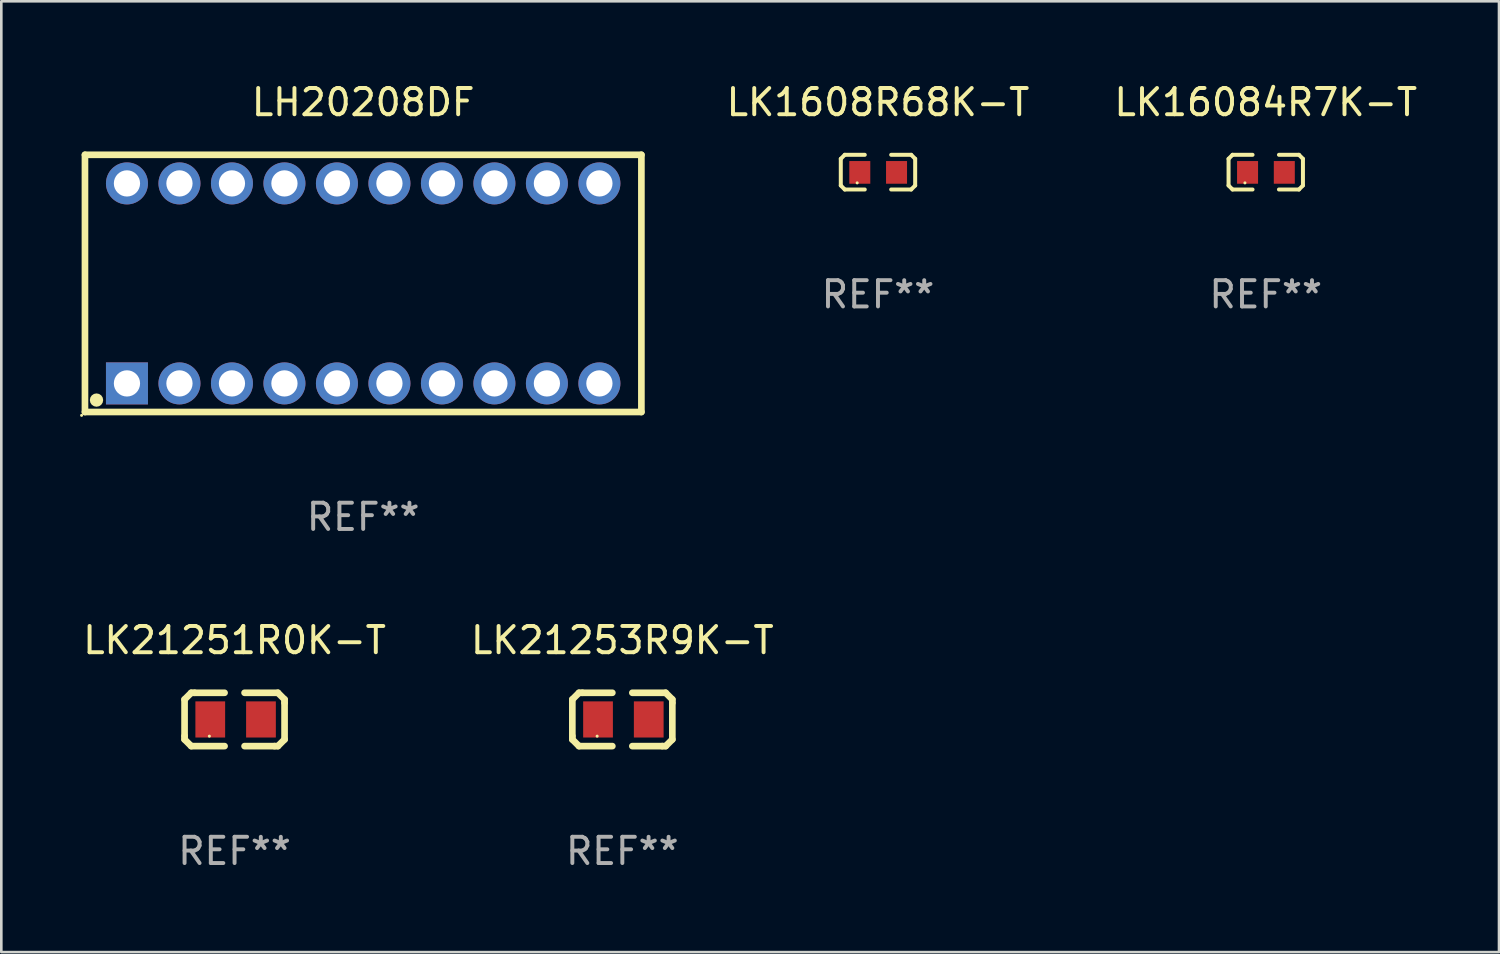
<source format=kicad_pcb>
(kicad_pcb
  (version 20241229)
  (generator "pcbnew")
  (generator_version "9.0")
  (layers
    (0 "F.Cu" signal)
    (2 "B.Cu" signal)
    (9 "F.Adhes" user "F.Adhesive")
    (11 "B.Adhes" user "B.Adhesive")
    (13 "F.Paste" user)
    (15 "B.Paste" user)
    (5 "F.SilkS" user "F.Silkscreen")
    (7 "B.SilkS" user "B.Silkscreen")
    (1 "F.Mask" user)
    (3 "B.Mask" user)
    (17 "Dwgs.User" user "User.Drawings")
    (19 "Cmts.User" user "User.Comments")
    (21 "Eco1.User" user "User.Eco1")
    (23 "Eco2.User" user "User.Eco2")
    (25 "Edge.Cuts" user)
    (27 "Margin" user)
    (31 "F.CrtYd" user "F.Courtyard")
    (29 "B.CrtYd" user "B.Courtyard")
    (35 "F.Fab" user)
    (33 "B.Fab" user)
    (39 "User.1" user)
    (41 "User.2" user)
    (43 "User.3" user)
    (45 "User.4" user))
  (footprint "LK16084R7K-T"
    (layer "F.Cu")
    (at 45.175 3.509)
    (property "Reference" "LK16084R7K-T" (at 0 -2.661 0) (layer "F.SilkS") (effects (font (size 1 1) (thickness 0.15))))
    (attr through_hole)
    (fp_line (start -1.417 -0.508) (end -1.265 -0.661) (stroke (width 0.152) (type solid)) (layer "F.SilkS"))
    (fp_line (start -1.417 0.508) (end -1.417 -0.508) (stroke (width 0.152) (type solid)) (layer "F.SilkS"))
    (fp_line (start -1.265 -0.661) (end -0.503 -0.661) (stroke (width 0.152) (type solid)) (layer "F.SilkS"))
    (fp_line (start -1.265 0.661) (end -1.417 0.508) (stroke (width 0.152) (type solid)) (layer "F.SilkS"))
    (fp_line (start -1.265 0.661) (end -0.503 0.661) (stroke (width 0.152) (type solid)) (layer "F.SilkS"))
    (fp_line (start 1.265 -0.661) (end 0.503 -0.661) (stroke (width 0.152) (type solid)) (layer "F.SilkS"))
    (fp_line (start 1.265 -0.661) (end 1.417 -0.508) (stroke (width 0.152) (type solid)) (layer "F.SilkS"))
    (fp_line (start 1.265 0.661) (end 0.503 0.661) (stroke (width 0.152) (type solid)) (layer "F.SilkS"))
    (fp_line (start 1.417 -0.508) (end 1.417 0.508) (stroke (width 0.152) (type solid)) (layer "F.SilkS"))
    (fp_line (start 1.417 0.508) (end 1.265 0.661) (stroke (width 0.152) (type solid)) (layer "F.SilkS"))
    (fp_circle (center -0.793 0.409) (end -0.763 0.409) (stroke (width 0.06) (type solid)) (fill no) (layer "F.SilkS"))
    (fp_text user "REF**" (at 0 4.661 0) (layer "F.Fab") (effects (font (size 1 1) (thickness 0.15))))
    (pad "1" smd rect (at -0.693 0.009 180) (size 0.8 0.864) (layers "F.Cu" "F.Mask" "F.Paste"))
    (pad "2" smd rect (at 0.707 0.009 180) (size 0.8 0.864) (layers "F.Cu" "F.Mask" "F.Paste")))
  (footprint "LK21251R0K-T"
    (layer "F.Cu")
    (at 5.887 24.361)
    (property "Reference" "LK21251R0K-T" (at 0 -3.016 0) (layer "F.SilkS") (effects (font (size 1 1) (thickness 0.15))))
    (attr through_hole)
    (fp_line (start -1.905 -0.762) (end -1.905 0.635) (stroke (width 0.254) (type solid)) (layer "F.SilkS"))
    (fp_line (start -1.905 0.635) (end -1.905 0.762) (stroke (width 0.254) (type solid)) (layer "F.SilkS"))
    (fp_line (start -1.905 0.762) (end -1.651 1.016) (stroke (width 0.254) (type solid)) (layer "F.SilkS"))
    (fp_line (start -1.651 -1.016) (end -1.905 -0.762) (stroke (width 0.254) (type solid)) (layer "F.SilkS"))
    (fp_line (start -1.651 1.016) (end -0.381 1.016) (stroke (width 0.254) (type solid)) (layer "F.SilkS"))
    (fp_line (start -1.524 -1.016) (end -1.651 -1.016) (stroke (width 0.254) (type solid)) (layer "F.SilkS"))
    (fp_line (start -0.381 -1.016) (end -1.524 -1.016) (stroke (width 0.254) (type solid)) (layer "F.SilkS"))
    (fp_line (start 0.381 1.016) (end 1.524 1.016) (stroke (width 0.254) (type solid)) (layer "F.SilkS"))
    (fp_line (start 1.524 1.016) (end 1.651 1.016) (stroke (width 0.254) (type solid)) (layer "F.SilkS"))
    (fp_line (start 1.651 -1.016) (end 0.381 -1.016) (stroke (width 0.254) (type solid)) (layer "F.SilkS"))
    (fp_line (start 1.651 1.016) (end 1.905 0.762) (stroke (width 0.254) (type solid)) (layer "F.SilkS"))
    (fp_line (start 1.905 -0.762) (end 1.651 -1.016) (stroke (width 0.254) (type solid)) (layer "F.SilkS"))
    (fp_line (start 1.905 -0.635) (end 1.905 -0.762) (stroke (width 0.254) (type solid)) (layer "F.SilkS"))
    (fp_line (start 1.905 0.762) (end 1.905 -0.635) (stroke (width 0.254) (type solid)) (layer "F.SilkS"))
    (fp_circle (center -0.96 0.637) (end -0.93 0.637) (stroke (width 0.06) (type solid)) (fill no) (layer "F.SilkS"))
    (fp_text user "REF**" (at 0 5.016 0) (layer "F.Fab") (effects (font (size 1 1) (thickness 0.15))))
    (pad "1" smd rect (at -0.926 -0.000051) (size 1.133 1.377) (layers "F.Cu" "F.Mask" "F.Paste"))
    (pad "2" smd rect (at 1.006 -0.000051) (size 1.133 1.377) (layers "F.Cu" "F.Mask" "F.Paste")))
  (footprint "LK21253R9K-T"
    (layer "F.Cu")
    (at 20.661 24.361)
    (property "Reference" "LK21253R9K-T" (at 0 -3.016 0) (layer "F.SilkS") (effects (font (size 1 1) (thickness 0.15))))
    (attr through_hole)
    (fp_line (start -1.905 -0.762) (end -1.905 0.635) (stroke (width 0.254) (type solid)) (layer "F.SilkS"))
    (fp_line (start -1.905 0.635) (end -1.905 0.762) (stroke (width 0.254) (type solid)) (layer "F.SilkS"))
    (fp_line (start -1.905 0.762) (end -1.651 1.016) (stroke (width 0.254) (type solid)) (layer "F.SilkS"))
    (fp_line (start -1.651 -1.016) (end -1.905 -0.762) (stroke (width 0.254) (type solid)) (layer "F.SilkS"))
    (fp_line (start -1.651 1.016) (end -0.381 1.016) (stroke (width 0.254) (type solid)) (layer "F.SilkS"))
    (fp_line (start -1.524 -1.016) (end -1.651 -1.016) (stroke (width 0.254) (type solid)) (layer "F.SilkS"))
    (fp_line (start -0.381 -1.016) (end -1.524 -1.016) (stroke (width 0.254) (type solid)) (layer "F.SilkS"))
    (fp_line (start 0.381 1.016) (end 1.524 1.016) (stroke (width 0.254) (type solid)) (layer "F.SilkS"))
    (fp_line (start 1.524 1.016) (end 1.651 1.016) (stroke (width 0.254) (type solid)) (layer "F.SilkS"))
    (fp_line (start 1.651 -1.016) (end 0.381 -1.016) (stroke (width 0.254) (type solid)) (layer "F.SilkS"))
    (fp_line (start 1.651 1.016) (end 1.905 0.762) (stroke (width 0.254) (type solid)) (layer "F.SilkS"))
    (fp_line (start 1.905 -0.762) (end 1.651 -1.016) (stroke (width 0.254) (type solid)) (layer "F.SilkS"))
    (fp_line (start 1.905 -0.635) (end 1.905 -0.762) (stroke (width 0.254) (type solid)) (layer "F.SilkS"))
    (fp_line (start 1.905 0.762) (end 1.905 -0.635) (stroke (width 0.254) (type solid)) (layer "F.SilkS"))
    (fp_circle (center -0.96 0.637) (end -0.93 0.637) (stroke (width 0.06) (type solid)) (fill no) (layer "F.SilkS"))
    (fp_text user "REF**" (at 0 5.016 0) (layer "F.Fab") (effects (font (size 1 1) (thickness 0.15))))
    (pad "1" smd rect (at -0.926 -0.000051) (size 1.133 1.377) (layers "F.Cu" "F.Mask" "F.Paste"))
    (pad "2" smd rect (at 1.006 -0.000051) (size 1.133 1.377) (layers "F.Cu" "F.Mask" "F.Paste")))
  (footprint "LK1608R68K-T"
    (layer "F.Cu")
    (at 30.401 3.509)
    (property "Reference" "LK1608R68K-T" (at 0 -2.661 0) (layer "F.SilkS") (effects (font (size 1 1) (thickness 0.15))))
    (attr through_hole)
    (fp_line (start -1.417 -0.508) (end -1.265 -0.661) (stroke (width 0.152) (type solid)) (layer "F.SilkS"))
    (fp_line (start -1.417 0.508) (end -1.417 -0.508) (stroke (width 0.152) (type solid)) (layer "F.SilkS"))
    (fp_line (start -1.265 -0.661) (end -0.503 -0.661) (stroke (width 0.152) (type solid)) (layer "F.SilkS"))
    (fp_line (start -1.265 0.661) (end -1.417 0.508) (stroke (width 0.152) (type solid)) (layer "F.SilkS"))
    (fp_line (start -1.265 0.661) (end -0.503 0.661) (stroke (width 0.152) (type solid)) (layer "F.SilkS"))
    (fp_line (start 1.265 -0.661) (end 0.503 -0.661) (stroke (width 0.152) (type solid)) (layer "F.SilkS"))
    (fp_line (start 1.265 -0.661) (end 1.417 -0.508) (stroke (width 0.152) (type solid)) (layer "F.SilkS"))
    (fp_line (start 1.265 0.661) (end 0.503 0.661) (stroke (width 0.152) (type solid)) (layer "F.SilkS"))
    (fp_line (start 1.417 -0.508) (end 1.417 0.508) (stroke (width 0.152) (type solid)) (layer "F.SilkS"))
    (fp_line (start 1.417 0.508) (end 1.265 0.661) (stroke (width 0.152) (type solid)) (layer "F.SilkS"))
    (fp_circle (center -0.793 0.409) (end -0.763 0.409) (stroke (width 0.06) (type solid)) (fill no) (layer "F.SilkS"))
    (fp_text user "REF**" (at 0 4.661 0) (layer "F.Fab") (effects (font (size 1 1) (thickness 0.15))))
    (pad "1" smd rect (at -0.693 0.009 180) (size 0.8 0.864) (layers "F.Cu" "F.Mask" "F.Paste"))
    (pad "2" smd rect (at 0.707 0.009 180) (size 0.8 0.864) (layers "F.Cu" "F.Mask" "F.Paste")))
  (footprint "LH20208DF"
    (layer "F.Cu")
    (at 10.787 7.748)
    (property "Reference" "LH20208DF" (at 0 -6.9 0) (layer "F.SilkS") (effects (font (size 1 1) (thickness 0.15))))
    (attr through_hole)
    (fp_line (start -10.6 -4.9) (end -10.6 4.9) (stroke (width 0.254) (type solid)) (layer "F.SilkS"))
    (fp_line (start -10.6 -4.9) (end 10.6 -4.9) (stroke (width 0.254) (type solid)) (layer "F.SilkS"))
    (fp_line (start -10.6 4.9) (end 10.6 4.9) (stroke (width 0.254) (type solid)) (layer "F.SilkS"))
    (fp_line (start 10.6 -4.9) (end 10.6 4.9) (stroke (width 0.254) (type solid)) (layer "F.SilkS"))
    (fp_circle (center -10.727 5.027) (end -10.697 5.027) (stroke (width 0.06) (type solid)) (fill no) (layer "F.SilkS"))
    (fp_circle (center -10.16 4.445) (end -10.033 4.445) (stroke (width 0.254) (type solid)) (fill no) (layer "F.SilkS"))
    (fp_text user "REF**" (at 0 8.9 0) (layer "F.Fab") (effects (font (size 1 1) (thickness 0.15))))
    (pad "1" thru_hole rect (at -9 3.81) (size 1.6 1.6) (drill 1) (layers "*.Cu" "*.Mask"))
    (pad "2" thru_hole circle (at -7 3.81) (size 1.6 1.6) (drill 1) (layers "*.Cu" "*.Mask"))
    (pad "3" thru_hole circle (at -5 3.81) (size 1.6 1.6) (drill 1) (layers "*.Cu" "*.Mask"))
    (pad "4" thru_hole circle (at -3 3.81) (size 1.6 1.6) (drill 1) (layers "*.Cu" "*.Mask"))
    (pad "5" thru_hole circle (at -1 3.81) (size 1.6 1.6) (drill 1) (layers "*.Cu" "*.Mask"))
    (pad "6" thru_hole circle (at 1 3.81) (size 1.6 1.6) (drill 1) (layers "*.Cu" "*.Mask"))
    (pad "7" thru_hole circle (at 3 3.81) (size 1.6 1.6) (drill 1) (layers "*.Cu" "*.Mask"))
    (pad "8" thru_hole circle (at 5 3.81) (size 1.6 1.6) (drill 1) (layers "*.Cu" "*.Mask"))
    (pad "9" thru_hole circle (at 7 3.81) (size 1.6 1.6) (drill 1) (layers "*.Cu" "*.Mask"))
    (pad "10" thru_hole circle (at 9 3.81) (size 1.6 1.6) (drill 1) (layers "*.Cu" "*.Mask"))
    (pad "11" thru_hole circle (at 9 -3.81) (size 1.6 1.6) (drill 1) (layers "*.Cu" "*.Mask"))
    (pad "12" thru_hole circle (at 7 -3.81) (size 1.6 1.6) (drill 1) (layers "*.Cu" "*.Mask"))
    (pad "13" thru_hole circle (at 5 -3.81) (size 1.6 1.6) (drill 1) (layers "*.Cu" "*.Mask"))
    (pad "14" thru_hole circle (at 3 -3.81) (size 1.6 1.6) (drill 1) (layers "*.Cu" "*.Mask"))
    (pad "15" thru_hole circle (at 1 -3.81) (size 1.6 1.6) (drill 1) (layers "*.Cu" "*.Mask"))
    (pad "16" thru_hole circle (at -1 -3.81) (size 1.6 1.6) (drill 1) (layers "*.Cu" "*.Mask"))
    (pad "17" thru_hole circle (at -3 -3.81) (size 1.6 1.6) (drill 1) (layers "*.Cu" "*.Mask"))
    (pad "18" thru_hole circle (at -5 -3.81) (size 1.6 1.6) (drill 1) (layers "*.Cu" "*.Mask"))
    (pad "19" thru_hole circle (at -7 -3.81) (size 1.6 1.6) (drill 1) (layers "*.Cu" "*.Mask"))
    (pad "20" thru_hole circle (at -9 -3.81) (size 1.6 1.6) (drill 1) (layers "*.Cu" "*.Mask")))
  (gr_rect
    (start -3 -3)
    (end 54.062 33.225)
    (stroke (width 0.1) (type default))
    (fill no)
    (layer "Edge.Cuts")))
</source>
